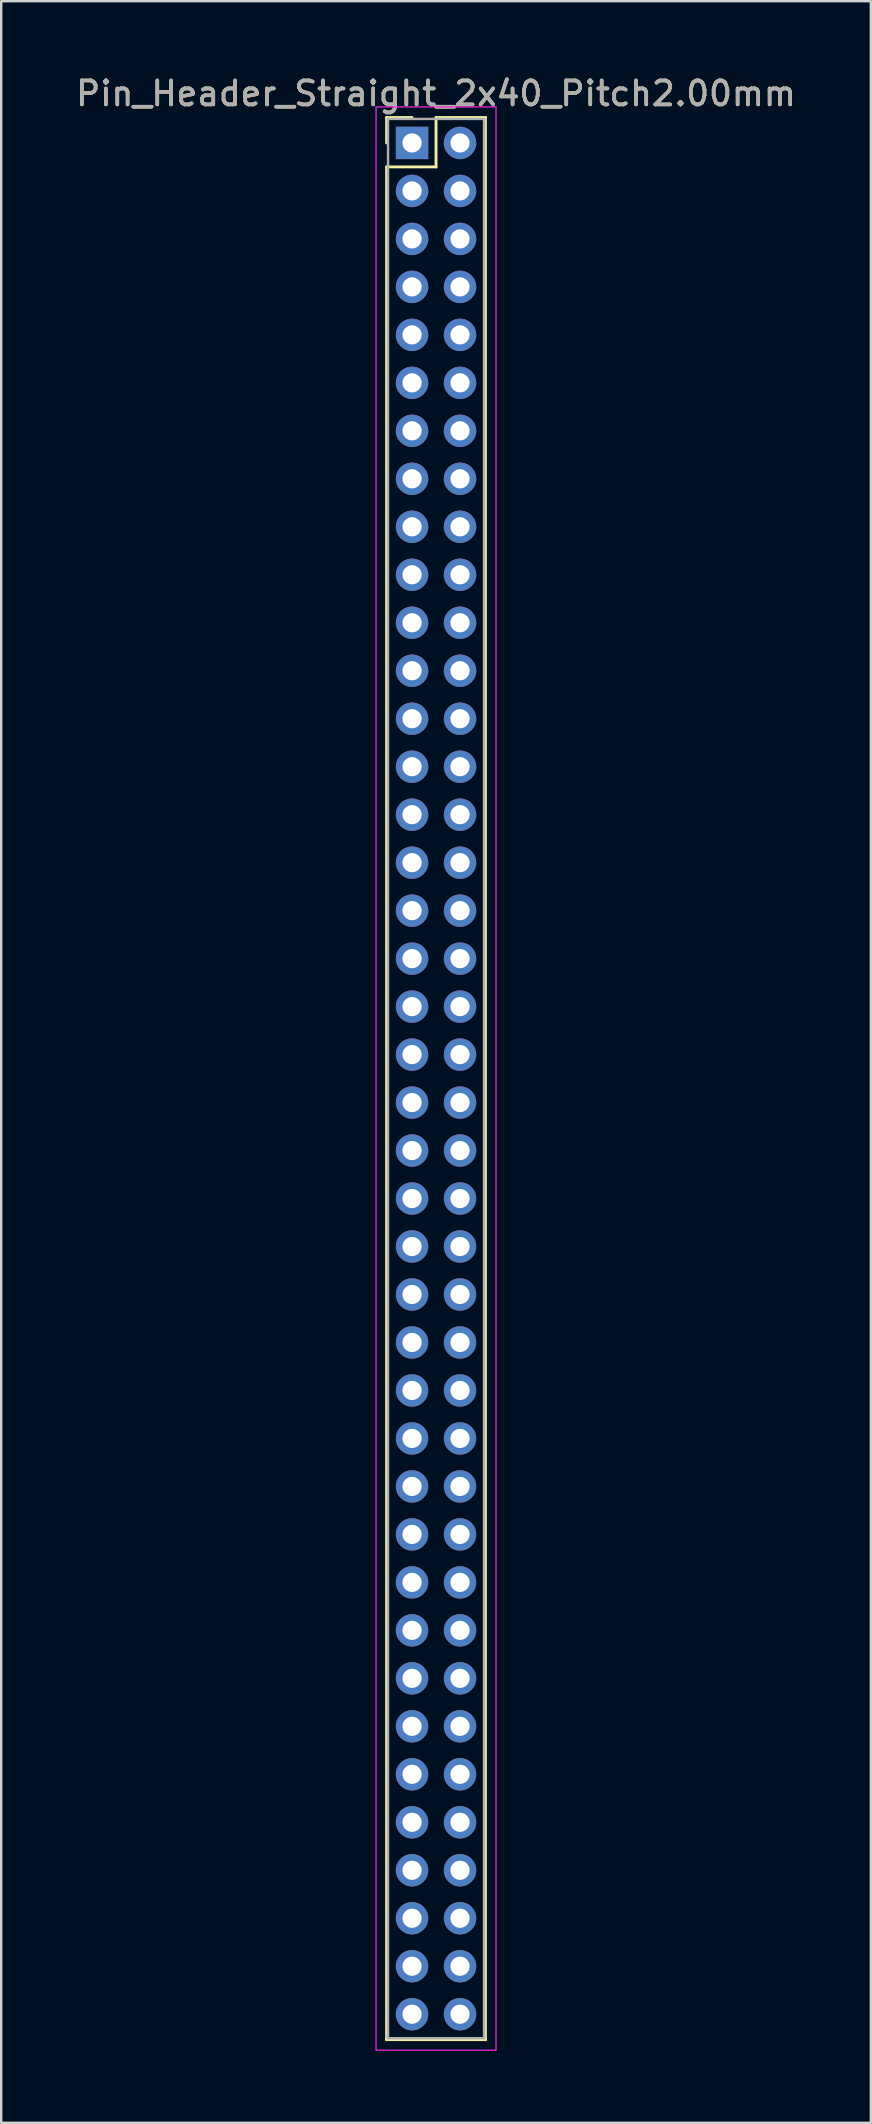
<source format=kicad_pcb>
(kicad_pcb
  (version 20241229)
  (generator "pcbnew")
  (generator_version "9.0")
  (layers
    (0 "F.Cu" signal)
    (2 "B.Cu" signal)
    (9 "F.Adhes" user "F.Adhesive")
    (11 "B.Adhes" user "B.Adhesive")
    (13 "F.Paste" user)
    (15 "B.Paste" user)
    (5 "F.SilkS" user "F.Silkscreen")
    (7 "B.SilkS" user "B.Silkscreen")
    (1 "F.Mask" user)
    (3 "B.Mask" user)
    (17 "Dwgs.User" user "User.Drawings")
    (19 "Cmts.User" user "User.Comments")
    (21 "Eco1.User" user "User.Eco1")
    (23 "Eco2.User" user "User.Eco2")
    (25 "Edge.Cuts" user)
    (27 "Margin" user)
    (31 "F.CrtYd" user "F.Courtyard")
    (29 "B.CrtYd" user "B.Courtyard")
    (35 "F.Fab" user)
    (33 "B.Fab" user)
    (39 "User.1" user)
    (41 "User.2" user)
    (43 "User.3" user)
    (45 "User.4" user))
  (footprint "Pin_Header_Straight_2x40_Pitch2.00mm"
    (layer "F.Cu")
    (at 14.125 2.908)
    (property "Reference" "Pin_Header_Straight_2x40_Pitch2.00mm" (at 1 -2.06 0) (layer "F.SilkS") (effects (font (size 1 1) (thickness 0.15))))
    (attr through_hole)
    (fp_line (start -1.06 -1.06) (end 0 -1.06) (stroke (width 0.12) (type solid)) (layer "F.SilkS"))
    (fp_line (start -1.06 0) (end -1.06 -1.06) (stroke (width 0.12) (type solid)) (layer "F.SilkS"))
    (fp_line (start -1.06 1) (end -1.06 79.06) (stroke (width 0.12) (type solid)) (layer "F.SilkS"))
    (fp_line (start -1.06 79.06) (end 3.06 79.06) (stroke (width 0.12) (type solid)) (layer "F.SilkS"))
    (fp_line (start 1 -1.06) (end 1 1) (stroke (width 0.12) (type solid)) (layer "F.SilkS"))
    (fp_line (start 1 1) (end -1.06 1) (stroke (width 0.12) (type solid)) (layer "F.SilkS"))
    (fp_line (start 3.06 -1.06) (end 1 -1.06) (stroke (width 0.12) (type solid)) (layer "F.SilkS"))
    (fp_line (start 3.06 79.06) (end 3.06 -1.06) (stroke (width 0.12) (type solid)) (layer "F.SilkS"))
    (fp_line (start -1.5 -1.5) (end -1.5 79.5) (stroke (width 0.05) (type solid)) (layer "F.CrtYd"))
    (fp_line (start -1.5 79.5) (end 3.5 79.5) (stroke (width 0.05) (type solid)) (layer "F.CrtYd"))
    (fp_line (start 3.5 -1.5) (end -1.5 -1.5) (stroke (width 0.05) (type solid)) (layer "F.CrtYd"))
    (fp_line (start 3.5 79.5) (end 3.5 -1.5) (stroke (width 0.05) (type solid)) (layer "F.CrtYd"))
    (fp_line (start -1 -1) (end -1 79) (stroke (width 0.1) (type solid)) (layer "F.Fab"))
    (fp_line (start -1 79) (end 3 79) (stroke (width 0.1) (type solid)) (layer "F.Fab"))
    (fp_line (start 3 -1) (end -1 -1) (stroke (width 0.1) (type solid)) (layer "F.Fab"))
    (fp_line (start 3 79) (end 3 -1) (stroke (width 0.1) (type solid)) (layer "F.Fab"))
    (fp_text user "${REFERENCE}" (at 1 -2.06 0) (layer "F.Fab") (effects (font (size 1 1) (thickness 0.15))))
    (pad "1" thru_hole rect (at 0 0) (size 1.35 1.35) (drill 0.8) (layers "*.Cu" "*.Mask"))
    (pad "2" thru_hole oval (at 2 0) (size 1.35 1.35) (drill 0.8) (layers "*.Cu" "*.Mask"))
    (pad "3" thru_hole oval (at 0 2) (size 1.35 1.35) (drill 0.8) (layers "*.Cu" "*.Mask"))
    (pad "4" thru_hole oval (at 2 2) (size 1.35 1.35) (drill 0.8) (layers "*.Cu" "*.Mask"))
    (pad "5" thru_hole oval (at 0 4) (size 1.35 1.35) (drill 0.8) (layers "*.Cu" "*.Mask"))
    (pad "6" thru_hole oval (at 2 4) (size 1.35 1.35) (drill 0.8) (layers "*.Cu" "*.Mask"))
    (pad "7" thru_hole oval (at 0 6) (size 1.35 1.35) (drill 0.8) (layers "*.Cu" "*.Mask"))
    (pad "8" thru_hole oval (at 2 6) (size 1.35 1.35) (drill 0.8) (layers "*.Cu" "*.Mask"))
    (pad "9" thru_hole oval (at 0 8) (size 1.35 1.35) (drill 0.8) (layers "*.Cu" "*.Mask"))
    (pad "10" thru_hole oval (at 2 8) (size 1.35 1.35) (drill 0.8) (layers "*.Cu" "*.Mask"))
    (pad "11" thru_hole oval (at 0 10) (size 1.35 1.35) (drill 0.8) (layers "*.Cu" "*.Mask"))
    (pad "12" thru_hole oval (at 2 10) (size 1.35 1.35) (drill 0.8) (layers "*.Cu" "*.Mask"))
    (pad "13" thru_hole oval (at 0 12) (size 1.35 1.35) (drill 0.8) (layers "*.Cu" "*.Mask"))
    (pad "14" thru_hole oval (at 2 12) (size 1.35 1.35) (drill 0.8) (layers "*.Cu" "*.Mask"))
    (pad "15" thru_hole oval (at 0 14) (size 1.35 1.35) (drill 0.8) (layers "*.Cu" "*.Mask"))
    (pad "16" thru_hole oval (at 2 14) (size 1.35 1.35) (drill 0.8) (layers "*.Cu" "*.Mask"))
    (pad "17" thru_hole oval (at 0 16) (size 1.35 1.35) (drill 0.8) (layers "*.Cu" "*.Mask"))
    (pad "18" thru_hole oval (at 2 16) (size 1.35 1.35) (drill 0.8) (layers "*.Cu" "*.Mask"))
    (pad "19" thru_hole oval (at 0 18) (size 1.35 1.35) (drill 0.8) (layers "*.Cu" "*.Mask"))
    (pad "20" thru_hole oval (at 2 18) (size 1.35 1.35) (drill 0.8) (layers "*.Cu" "*.Mask"))
    (pad "21" thru_hole oval (at 0 20) (size 1.35 1.35) (drill 0.8) (layers "*.Cu" "*.Mask"))
    (pad "22" thru_hole oval (at 2 20) (size 1.35 1.35) (drill 0.8) (layers "*.Cu" "*.Mask"))
    (pad "23" thru_hole oval (at 0 22) (size 1.35 1.35) (drill 0.8) (layers "*.Cu" "*.Mask"))
    (pad "24" thru_hole oval (at 2 22) (size 1.35 1.35) (drill 0.8) (layers "*.Cu" "*.Mask"))
    (pad "25" thru_hole oval (at 0 24) (size 1.35 1.35) (drill 0.8) (layers "*.Cu" "*.Mask"))
    (pad "26" thru_hole oval (at 2 24) (size 1.35 1.35) (drill 0.8) (layers "*.Cu" "*.Mask"))
    (pad "27" thru_hole oval (at 0 26) (size 1.35 1.35) (drill 0.8) (layers "*.Cu" "*.Mask"))
    (pad "28" thru_hole oval (at 2 26) (size 1.35 1.35) (drill 0.8) (layers "*.Cu" "*.Mask"))
    (pad "29" thru_hole oval (at 0 28) (size 1.35 1.35) (drill 0.8) (layers "*.Cu" "*.Mask"))
    (pad "30" thru_hole oval (at 2 28) (size 1.35 1.35) (drill 0.8) (layers "*.Cu" "*.Mask"))
    (pad "31" thru_hole oval (at 0 30) (size 1.35 1.35) (drill 0.8) (layers "*.Cu" "*.Mask"))
    (pad "32" thru_hole oval (at 2 30) (size 1.35 1.35) (drill 0.8) (layers "*.Cu" "*.Mask"))
    (pad "33" thru_hole oval (at 0 32) (size 1.35 1.35) (drill 0.8) (layers "*.Cu" "*.Mask"))
    (pad "34" thru_hole oval (at 2 32) (size 1.35 1.35) (drill 0.8) (layers "*.Cu" "*.Mask"))
    (pad "35" thru_hole oval (at 0 34) (size 1.35 1.35) (drill 0.8) (layers "*.Cu" "*.Mask"))
    (pad "36" thru_hole oval (at 2 34) (size 1.35 1.35) (drill 0.8) (layers "*.Cu" "*.Mask"))
    (pad "37" thru_hole oval (at 0 36) (size 1.35 1.35) (drill 0.8) (layers "*.Cu" "*.Mask"))
    (pad "38" thru_hole oval (at 2 36) (size 1.35 1.35) (drill 0.8) (layers "*.Cu" "*.Mask"))
    (pad "39" thru_hole oval (at 0 38) (size 1.35 1.35) (drill 0.8) (layers "*.Cu" "*.Mask"))
    (pad "40" thru_hole oval (at 2 38) (size 1.35 1.35) (drill 0.8) (layers "*.Cu" "*.Mask"))
    (pad "41" thru_hole oval (at 0 40) (size 1.35 1.35) (drill 0.8) (layers "*.Cu" "*.Mask"))
    (pad "42" thru_hole oval (at 2 40) (size 1.35 1.35) (drill 0.8) (layers "*.Cu" "*.Mask"))
    (pad "43" thru_hole oval (at 0 42) (size 1.35 1.35) (drill 0.8) (layers "*.Cu" "*.Mask"))
    (pad "44" thru_hole oval (at 2 42) (size 1.35 1.35) (drill 0.8) (layers "*.Cu" "*.Mask"))
    (pad "45" thru_hole oval (at 0 44) (size 1.35 1.35) (drill 0.8) (layers "*.Cu" "*.Mask"))
    (pad "46" thru_hole oval (at 2 44) (size 1.35 1.35) (drill 0.8) (layers "*.Cu" "*.Mask"))
    (pad "47" thru_hole oval (at 0 46) (size 1.35 1.35) (drill 0.8) (layers "*.Cu" "*.Mask"))
    (pad "48" thru_hole oval (at 2 46) (size 1.35 1.35) (drill 0.8) (layers "*.Cu" "*.Mask"))
    (pad "49" thru_hole oval (at 0 48) (size 1.35 1.35) (drill 0.8) (layers "*.Cu" "*.Mask"))
    (pad "50" thru_hole oval (at 2 48) (size 1.35 1.35) (drill 0.8) (layers "*.Cu" "*.Mask"))
    (pad "51" thru_hole oval (at 0 50) (size 1.35 1.35) (drill 0.8) (layers "*.Cu" "*.Mask"))
    (pad "52" thru_hole oval (at 2 50) (size 1.35 1.35) (drill 0.8) (layers "*.Cu" "*.Mask"))
    (pad "53" thru_hole oval (at 0 52) (size 1.35 1.35) (drill 0.8) (layers "*.Cu" "*.Mask"))
    (pad "54" thru_hole oval (at 2 52) (size 1.35 1.35) (drill 0.8) (layers "*.Cu" "*.Mask"))
    (pad "55" thru_hole oval (at 0 54) (size 1.35 1.35) (drill 0.8) (layers "*.Cu" "*.Mask"))
    (pad "56" thru_hole oval (at 2 54) (size 1.35 1.35) (drill 0.8) (layers "*.Cu" "*.Mask"))
    (pad "57" thru_hole oval (at 0 56) (size 1.35 1.35) (drill 0.8) (layers "*.Cu" "*.Mask"))
    (pad "58" thru_hole oval (at 2 56) (size 1.35 1.35) (drill 0.8) (layers "*.Cu" "*.Mask"))
    (pad "59" thru_hole oval (at 0 58) (size 1.35 1.35) (drill 0.8) (layers "*.Cu" "*.Mask"))
    (pad "60" thru_hole oval (at 2 58) (size 1.35 1.35) (drill 0.8) (layers "*.Cu" "*.Mask"))
    (pad "61" thru_hole oval (at 0 60) (size 1.35 1.35) (drill 0.8) (layers "*.Cu" "*.Mask"))
    (pad "62" thru_hole oval (at 2 60) (size 1.35 1.35) (drill 0.8) (layers "*.Cu" "*.Mask"))
    (pad "63" thru_hole oval (at 0 62) (size 1.35 1.35) (drill 0.8) (layers "*.Cu" "*.Mask"))
    (pad "64" thru_hole oval (at 2 62) (size 1.35 1.35) (drill 0.8) (layers "*.Cu" "*.Mask"))
    (pad "65" thru_hole oval (at 0 64) (size 1.35 1.35) (drill 0.8) (layers "*.Cu" "*.Mask"))
    (pad "66" thru_hole oval (at 2 64) (size 1.35 1.35) (drill 0.8) (layers "*.Cu" "*.Mask"))
    (pad "67" thru_hole oval (at 0 66) (size 1.35 1.35) (drill 0.8) (layers "*.Cu" "*.Mask"))
    (pad "68" thru_hole oval (at 2 66) (size 1.35 1.35) (drill 0.8) (layers "*.Cu" "*.Mask"))
    (pad "69" thru_hole oval (at 0 68) (size 1.35 1.35) (drill 0.8) (layers "*.Cu" "*.Mask"))
    (pad "70" thru_hole oval (at 2 68) (size 1.35 1.35) (drill 0.8) (layers "*.Cu" "*.Mask"))
    (pad "71" thru_hole oval (at 0 70) (size 1.35 1.35) (drill 0.8) (layers "*.Cu" "*.Mask"))
    (pad "72" thru_hole oval (at 2 70) (size 1.35 1.35) (drill 0.8) (layers "*.Cu" "*.Mask"))
    (pad "73" thru_hole oval (at 0 72) (size 1.35 1.35) (drill 0.8) (layers "*.Cu" "*.Mask"))
    (pad "74" thru_hole oval (at 2 72) (size 1.35 1.35) (drill 0.8) (layers "*.Cu" "*.Mask"))
    (pad "75" thru_hole oval (at 0 74) (size 1.35 1.35) (drill 0.8) (layers "*.Cu" "*.Mask"))
    (pad "76" thru_hole oval (at 2 74) (size 1.35 1.35) (drill 0.8) (layers "*.Cu" "*.Mask"))
    (pad "77" thru_hole oval (at 0 76) (size 1.35 1.35) (drill 0.8) (layers "*.Cu" "*.Mask"))
    (pad "78" thru_hole oval (at 2 76) (size 1.35 1.35) (drill 0.8) (layers "*.Cu" "*.Mask"))
    (pad "79" thru_hole oval (at 0 78) (size 1.35 1.35) (drill 0.8) (layers "*.Cu" "*.Mask"))
    (pad "80" thru_hole oval (at 2 78) (size 1.35 1.35) (drill 0.8) (layers "*.Cu" "*.Mask")))
  (gr_rect
    (start -3 -3)
    (end 33.25 85.433)
    (stroke (width 0.1) (type default))
    (fill no)
    (layer "Edge.Cuts")))
</source>
